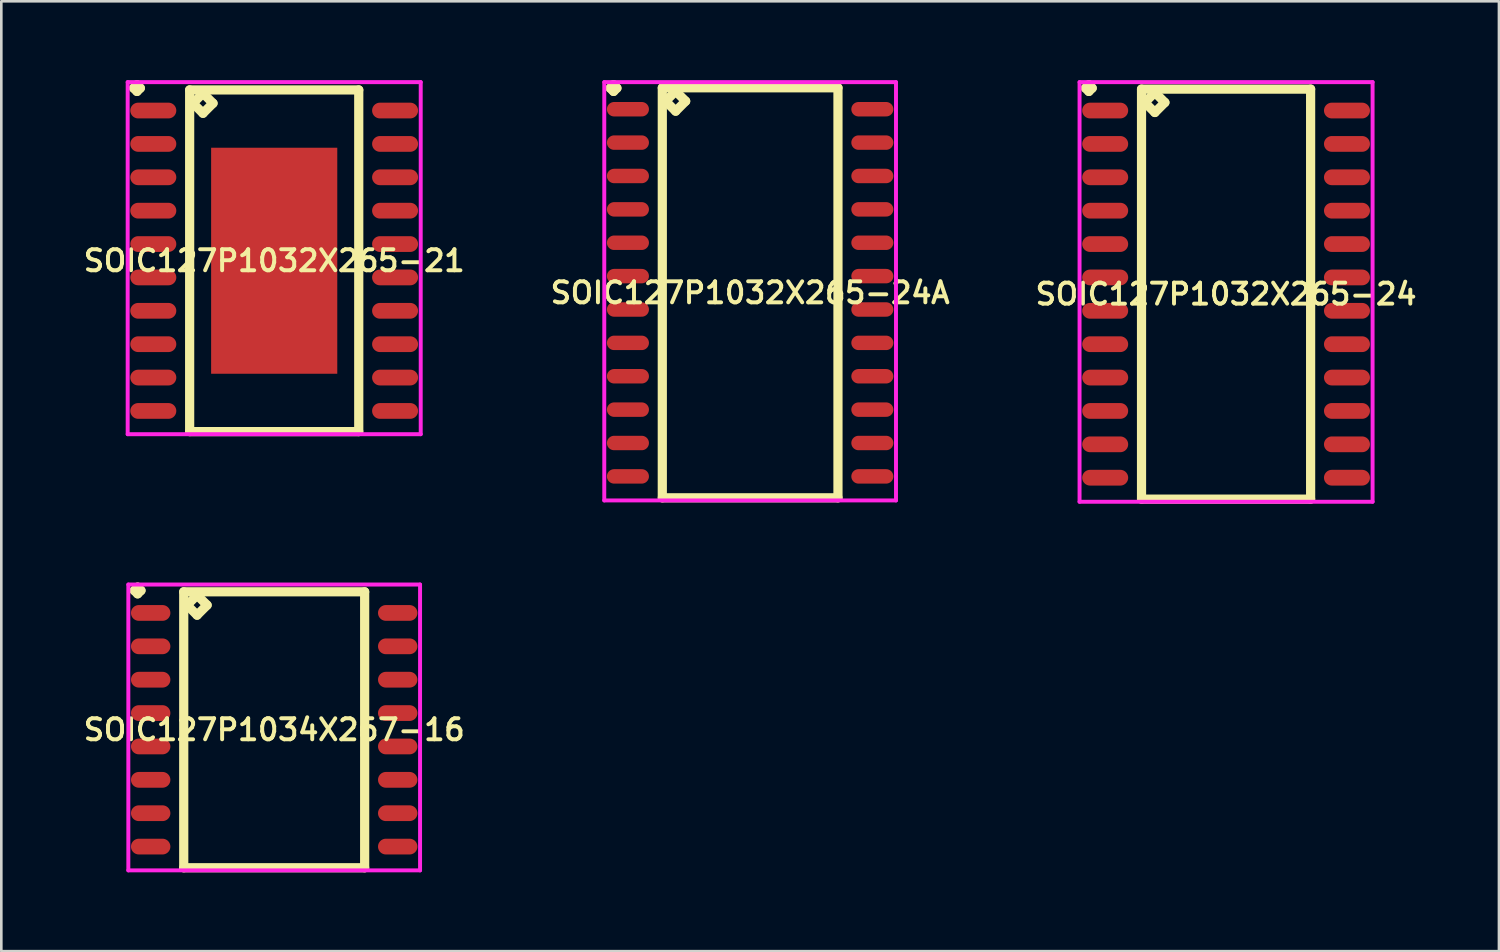
<source format=kicad_pcb>
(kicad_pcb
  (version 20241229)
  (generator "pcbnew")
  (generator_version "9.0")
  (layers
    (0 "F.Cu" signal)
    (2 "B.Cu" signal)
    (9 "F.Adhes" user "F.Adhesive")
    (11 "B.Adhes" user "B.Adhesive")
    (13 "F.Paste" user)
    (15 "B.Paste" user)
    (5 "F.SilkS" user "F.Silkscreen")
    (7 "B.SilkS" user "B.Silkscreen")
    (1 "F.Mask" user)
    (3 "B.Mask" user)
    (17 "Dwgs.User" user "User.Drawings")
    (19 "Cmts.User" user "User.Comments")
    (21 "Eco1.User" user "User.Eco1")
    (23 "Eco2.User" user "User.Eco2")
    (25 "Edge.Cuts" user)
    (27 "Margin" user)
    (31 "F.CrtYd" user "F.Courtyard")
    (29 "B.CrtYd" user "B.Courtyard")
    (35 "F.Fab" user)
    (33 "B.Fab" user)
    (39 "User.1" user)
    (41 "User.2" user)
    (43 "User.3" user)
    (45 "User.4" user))
  (footprint "SOIC127P1032X265-24"
    (layer "F.Cu")
    (at 43.601 8.141)
    (property "Reference" "SOIC127P1032X265-24" (at 0 0 0) (layer "F.SilkS") (effects (font (size 0.8 0.8) (thickness 0.15))))
    (attr smd)
    (fp_line (start -5.348 -7.839) (end -5.221 -7.966) (stroke (width 0.35) (type solid)) (layer "F.SilkS"))
    (fp_line (start -5.221 -7.966) (end -5.094 -7.839) (stroke (width 0.35) (type solid)) (layer "F.SilkS"))
    (fp_line (start -5.221 -7.712) (end -5.348 -7.839) (stroke (width 0.35) (type solid)) (layer "F.SilkS"))
    (fp_line (start -5.094 -7.839) (end -5.221 -7.712) (stroke (width 0.35) (type solid)) (layer "F.SilkS"))
    (fp_line (start -3.217 -7.8) (end -3.217 7.8) (stroke (width 0.35) (type solid)) (layer "F.SilkS"))
    (fp_line (start -3.217 7.8) (end 3.217 7.8) (stroke (width 0.35) (type solid)) (layer "F.SilkS"))
    (fp_line (start -3.09 -7.292) (end -2.709 -7.673) (stroke (width 0.35) (type solid)) (layer "F.SilkS"))
    (fp_line (start -2.709 -7.673) (end -2.328 -7.292) (stroke (width 0.35) (type solid)) (layer "F.SilkS"))
    (fp_line (start -2.709 -6.911) (end -3.09 -7.292) (stroke (width 0.35) (type solid)) (layer "F.SilkS"))
    (fp_line (start -2.328 -7.292) (end -2.709 -6.911) (stroke (width 0.35) (type solid)) (layer "F.SilkS"))
    (fp_line (start 3.217 -7.8) (end -3.217 -7.8) (stroke (width 0.35) (type solid)) (layer "F.SilkS"))
    (fp_line (start 3.217 7.8) (end 3.217 -7.8) (stroke (width 0.35) (type solid)) (layer "F.SilkS"))
    (fp_line (start -5.575 -8.066) (end 5.575 -8.066) (stroke (width 0.15) (type solid)) (layer "F.CrtYd"))
    (fp_line (start -5.575 7.9) (end -5.575 -8.066) (stroke (width 0.15) (type solid)) (layer "F.CrtYd"))
    (fp_line (start 5.575 -8.066) (end 5.575 7.9) (stroke (width 0.15) (type solid)) (layer "F.CrtYd"))
    (fp_line (start 5.575 7.9) (end -5.575 7.9) (stroke (width 0.15) (type solid)) (layer "F.CrtYd"))
    (pad "1" smd oval (at -4.6 -6.985) (size 1.75 0.6) (layers "F.Cu" "F.Mask" "F.Paste"))
    (pad "2" smd oval (at -4.6 -5.715) (size 1.75 0.6) (layers "F.Cu" "F.Mask" "F.Paste"))
    (pad "3" smd oval (at -4.6 -4.445) (size 1.75 0.6) (layers "F.Cu" "F.Mask" "F.Paste"))
    (pad "4" smd oval (at -4.6 -3.175) (size 1.75 0.6) (layers "F.Cu" "F.Mask" "F.Paste"))
    (pad "5" smd oval (at -4.6 -1.905) (size 1.75 0.6) (layers "F.Cu" "F.Mask" "F.Paste"))
    (pad "6" smd oval (at -4.6 -0.635) (size 1.75 0.6) (layers "F.Cu" "F.Mask" "F.Paste"))
    (pad "7" smd oval (at -4.6 0.635) (size 1.75 0.6) (layers "F.Cu" "F.Mask" "F.Paste"))
    (pad "8" smd oval (at -4.6 1.905) (size 1.75 0.6) (layers "F.Cu" "F.Mask" "F.Paste"))
    (pad "9" smd oval (at -4.6 3.175) (size 1.75 0.6) (layers "F.Cu" "F.Mask" "F.Paste"))
    (pad "10" smd oval (at -4.6 4.445) (size 1.75 0.6) (layers "F.Cu" "F.Mask" "F.Paste"))
    (pad "11" smd oval (at -4.6 5.715) (size 1.75 0.6) (layers "F.Cu" "F.Mask" "F.Paste"))
    (pad "12" smd oval (at -4.6 6.985) (size 1.75 0.6) (layers "F.Cu" "F.Mask" "F.Paste"))
    (pad "13" smd oval (at 4.6 6.985) (size 1.75 0.6) (layers "F.Cu" "F.Mask" "F.Paste"))
    (pad "14" smd oval (at 4.6 5.715) (size 1.75 0.6) (layers "F.Cu" "F.Mask" "F.Paste"))
    (pad "15" smd oval (at 4.6 4.445) (size 1.75 0.6) (layers "F.Cu" "F.Mask" "F.Paste"))
    (pad "16" smd oval (at 4.6 3.175) (size 1.75 0.6) (layers "F.Cu" "F.Mask" "F.Paste"))
    (pad "17" smd oval (at 4.6 1.905) (size 1.75 0.6) (layers "F.Cu" "F.Mask" "F.Paste"))
    (pad "18" smd oval (at 4.6 0.635) (size 1.75 0.6) (layers "F.Cu" "F.Mask" "F.Paste"))
    (pad "19" smd oval (at 4.6 -0.635) (size 1.75 0.6) (layers "F.Cu" "F.Mask" "F.Paste"))
    (pad "20" smd oval (at 4.6 -1.905) (size 1.75 0.6) (layers "F.Cu" "F.Mask" "F.Paste"))
    (pad "21" smd oval (at 4.6 -3.175) (size 1.75 0.6) (layers "F.Cu" "F.Mask" "F.Paste"))
    (pad "22" smd oval (at 4.6 -4.445) (size 1.75 0.6) (layers "F.Cu" "F.Mask" "F.Paste"))
    (pad "23" smd oval (at 4.6 -5.715) (size 1.75 0.6) (layers "F.Cu" "F.Mask" "F.Paste"))
    (pad "24" smd oval (at 4.6 -6.985) (size 1.75 0.6) (layers "F.Cu" "F.Mask" "F.Paste")))
  (footprint "SOIC127P1034X267-16"
    (layer "F.Cu")
    (at 7.383 24.717)
    (property "Reference" "SOIC127P1034X267-16" (at 0 0 0) (layer "F.SilkS") (effects (font (size 0.8 0.8) (thickness 0.15))))
    (attr smd)
    (fp_line (start -5.323 -5.299) (end -5.196 -5.426) (stroke (width 0.35) (type solid)) (layer "F.SilkS"))
    (fp_line (start -5.196 -5.426) (end -5.069 -5.299) (stroke (width 0.35) (type solid)) (layer "F.SilkS"))
    (fp_line (start -5.196 -5.172) (end -5.323 -5.299) (stroke (width 0.35) (type solid)) (layer "F.SilkS"))
    (fp_line (start -5.069 -5.299) (end -5.196 -5.172) (stroke (width 0.35) (type solid)) (layer "F.SilkS"))
    (fp_line (start -3.442 -5.25) (end -3.442 5.25) (stroke (width 0.35) (type solid)) (layer "F.SilkS"))
    (fp_line (start -3.442 5.25) (end 3.442 5.25) (stroke (width 0.35) (type solid)) (layer "F.SilkS"))
    (fp_line (start -3.315 -4.742) (end -2.934 -5.123) (stroke (width 0.35) (type solid)) (layer "F.SilkS"))
    (fp_line (start -2.934 -5.123) (end -2.553 -4.742) (stroke (width 0.35) (type solid)) (layer "F.SilkS"))
    (fp_line (start -2.934 -4.361) (end -3.315 -4.742) (stroke (width 0.35) (type solid)) (layer "F.SilkS"))
    (fp_line (start -2.553 -4.742) (end -2.934 -4.361) (stroke (width 0.35) (type solid)) (layer "F.SilkS"))
    (fp_line (start 3.442 -5.25) (end -3.442 -5.25) (stroke (width 0.35) (type solid)) (layer "F.SilkS"))
    (fp_line (start 3.442 5.25) (end 3.442 -5.25) (stroke (width 0.35) (type solid)) (layer "F.SilkS"))
    (fp_line (start -5.55 -5.526) (end 5.55 -5.526) (stroke (width 0.15) (type solid)) (layer "F.CrtYd"))
    (fp_line (start -5.55 5.35) (end -5.55 -5.526) (stroke (width 0.15) (type solid)) (layer "F.CrtYd"))
    (fp_line (start 5.55 -5.526) (end 5.55 5.35) (stroke (width 0.15) (type solid)) (layer "F.CrtYd"))
    (fp_line (start 5.55 5.35) (end -5.55 5.35) (stroke (width 0.15) (type solid)) (layer "F.CrtYd"))
    (pad "1" smd oval (at -4.7 -4.445) (size 1.5 0.6) (layers "F.Cu" "F.Mask" "F.Paste"))
    (pad "2" smd oval (at -4.7 -3.175) (size 1.5 0.6) (layers "F.Cu" "F.Mask" "F.Paste"))
    (pad "3" smd oval (at -4.7 -1.905) (size 1.5 0.6) (layers "F.Cu" "F.Mask" "F.Paste"))
    (pad "4" smd oval (at -4.7 -0.635) (size 1.5 0.6) (layers "F.Cu" "F.Mask" "F.Paste"))
    (pad "5" smd oval (at -4.7 0.635) (size 1.5 0.6) (layers "F.Cu" "F.Mask" "F.Paste"))
    (pad "6" smd oval (at -4.7 1.905) (size 1.5 0.6) (layers "F.Cu" "F.Mask" "F.Paste"))
    (pad "7" smd oval (at -4.7 3.175) (size 1.5 0.6) (layers "F.Cu" "F.Mask" "F.Paste"))
    (pad "8" smd oval (at -4.7 4.445) (size 1.5 0.6) (layers "F.Cu" "F.Mask" "F.Paste"))
    (pad "9" smd oval (at 4.7 4.445) (size 1.5 0.6) (layers "F.Cu" "F.Mask" "F.Paste"))
    (pad "10" smd oval (at 4.7 3.175) (size 1.5 0.6) (layers "F.Cu" "F.Mask" "F.Paste"))
    (pad "11" smd oval (at 4.7 1.905) (size 1.5 0.6) (layers "F.Cu" "F.Mask" "F.Paste"))
    (pad "12" smd oval (at 4.7 0.635) (size 1.5 0.6) (layers "F.Cu" "F.Mask" "F.Paste"))
    (pad "13" smd oval (at 4.7 -0.635) (size 1.5 0.6) (layers "F.Cu" "F.Mask" "F.Paste"))
    (pad "14" smd oval (at 4.7 -1.905) (size 1.5 0.6) (layers "F.Cu" "F.Mask" "F.Paste"))
    (pad "15" smd oval (at 4.7 -3.175) (size 1.5 0.6) (layers "F.Cu" "F.Mask" "F.Paste"))
    (pad "16" smd oval (at 4.7 -4.445) (size 1.5 0.6) (layers "F.Cu" "F.Mask" "F.Paste")))
  (footprint "SOIC127P1032X265-24A"
    (layer "F.Cu")
    (at 25.492 8.091)
    (property "Reference" "SOIC127P1032X265-24A" (at 0 0 0) (layer "F.SilkS") (effects (font (size 0.8 0.8) (thickness 0.15))))
    (attr smd)
    (fp_line (start -5.323 -7.789) (end -5.196 -7.916) (stroke (width 0.35) (type solid)) (layer "F.SilkS"))
    (fp_line (start -5.196 -7.916) (end -5.069 -7.789) (stroke (width 0.35) (type solid)) (layer "F.SilkS"))
    (fp_line (start -5.196 -7.662) (end -5.323 -7.789) (stroke (width 0.35) (type solid)) (layer "F.SilkS"))
    (fp_line (start -5.069 -7.789) (end -5.196 -7.662) (stroke (width 0.35) (type solid)) (layer "F.SilkS"))
    (fp_line (start -3.342 -7.8) (end -3.342 7.8) (stroke (width 0.35) (type solid)) (layer "F.SilkS"))
    (fp_line (start -3.342 7.8) (end 3.342 7.8) (stroke (width 0.35) (type solid)) (layer "F.SilkS"))
    (fp_line (start -3.215 -7.292) (end -2.834 -7.673) (stroke (width 0.35) (type solid)) (layer "F.SilkS"))
    (fp_line (start -2.834 -7.673) (end -2.453 -7.292) (stroke (width 0.35) (type solid)) (layer "F.SilkS"))
    (fp_line (start -2.834 -6.911) (end -3.215 -7.292) (stroke (width 0.35) (type solid)) (layer "F.SilkS"))
    (fp_line (start -2.453 -7.292) (end -2.834 -6.911) (stroke (width 0.35) (type solid)) (layer "F.SilkS"))
    (fp_line (start 3.342 -7.8) (end -3.342 -7.8) (stroke (width 0.35) (type solid)) (layer "F.SilkS"))
    (fp_line (start 3.342 7.8) (end 3.342 -7.8) (stroke (width 0.35) (type solid)) (layer "F.SilkS"))
    (fp_line (start -5.55 -8.016) (end 5.55 -8.016) (stroke (width 0.15) (type solid)) (layer "F.CrtYd"))
    (fp_line (start -5.55 7.9) (end -5.55 -8.016) (stroke (width 0.15) (type solid)) (layer "F.CrtYd"))
    (fp_line (start 5.55 -8.016) (end 5.55 7.9) (stroke (width 0.15) (type solid)) (layer "F.CrtYd"))
    (fp_line (start 5.55 7.9) (end -5.55 7.9) (stroke (width 0.15) (type solid)) (layer "F.CrtYd"))
    (pad "1" smd oval (at -4.65 -6.985) (size 1.6 0.55) (layers "F.Cu" "F.Mask" "F.Paste"))
    (pad "2" smd oval (at -4.65 -5.715) (size 1.6 0.55) (layers "F.Cu" "F.Mask" "F.Paste"))
    (pad "3" smd oval (at -4.65 -4.445) (size 1.6 0.55) (layers "F.Cu" "F.Mask" "F.Paste"))
    (pad "4" smd oval (at -4.65 -3.175) (size 1.6 0.55) (layers "F.Cu" "F.Mask" "F.Paste"))
    (pad "5" smd oval (at -4.65 -1.905) (size 1.6 0.55) (layers "F.Cu" "F.Mask" "F.Paste"))
    (pad "6" smd oval (at -4.65 -0.635) (size 1.6 0.55) (layers "F.Cu" "F.Mask" "F.Paste"))
    (pad "7" smd oval (at -4.65 0.635) (size 1.6 0.55) (layers "F.Cu" "F.Mask" "F.Paste"))
    (pad "8" smd oval (at -4.65 1.905) (size 1.6 0.55) (layers "F.Cu" "F.Mask" "F.Paste"))
    (pad "9" smd oval (at -4.65 3.175) (size 1.6 0.55) (layers "F.Cu" "F.Mask" "F.Paste"))
    (pad "10" smd oval (at -4.65 4.445) (size 1.6 0.55) (layers "F.Cu" "F.Mask" "F.Paste"))
    (pad "11" smd oval (at -4.65 5.715) (size 1.6 0.55) (layers "F.Cu" "F.Mask" "F.Paste"))
    (pad "12" smd oval (at -4.65 6.985) (size 1.6 0.55) (layers "F.Cu" "F.Mask" "F.Paste"))
    (pad "13" smd oval (at 4.65 6.985) (size 1.6 0.55) (layers "F.Cu" "F.Mask" "F.Paste"))
    (pad "14" smd oval (at 4.65 5.715) (size 1.6 0.55) (layers "F.Cu" "F.Mask" "F.Paste"))
    (pad "15" smd oval (at 4.65 4.445) (size 1.6 0.55) (layers "F.Cu" "F.Mask" "F.Paste"))
    (pad "16" smd oval (at 4.65 3.175) (size 1.6 0.55) (layers "F.Cu" "F.Mask" "F.Paste"))
    (pad "17" smd oval (at 4.65 1.905) (size 1.6 0.55) (layers "F.Cu" "F.Mask" "F.Paste"))
    (pad "18" smd oval (at 4.65 0.635) (size 1.6 0.55) (layers "F.Cu" "F.Mask" "F.Paste"))
    (pad "19" smd oval (at 4.65 -0.635) (size 1.6 0.55) (layers "F.Cu" "F.Mask" "F.Paste"))
    (pad "20" smd oval (at 4.65 -1.905) (size 1.6 0.55) (layers "F.Cu" "F.Mask" "F.Paste"))
    (pad "21" smd oval (at 4.65 -3.175) (size 1.6 0.55) (layers "F.Cu" "F.Mask" "F.Paste"))
    (pad "22" smd oval (at 4.65 -4.445) (size 1.6 0.55) (layers "F.Cu" "F.Mask" "F.Paste"))
    (pad "23" smd oval (at 4.65 -5.715) (size 1.6 0.55) (layers "F.Cu" "F.Mask" "F.Paste"))
    (pad "24" smd oval (at 4.65 -6.985) (size 1.6 0.55) (layers "F.Cu" "F.Mask" "F.Paste")))
  (footprint "SOIC127P1032X265-21"
    (layer "F.Cu")
    (at 7.383 6.871)
    (property "Reference" "SOIC127P1032X265-21" (at 0 0 0) (layer "F.SilkS") (effects (font (size 0.8 0.8) (thickness 0.15))))
    (attr smd)
    (fp_line (start -5.348 -6.569) (end -5.221 -6.696) (stroke (width 0.35) (type solid)) (layer "F.SilkS"))
    (fp_line (start -5.221 -6.696) (end -5.094 -6.569) (stroke (width 0.35) (type solid)) (layer "F.SilkS"))
    (fp_line (start -5.221 -6.442) (end -5.348 -6.569) (stroke (width 0.35) (type solid)) (layer "F.SilkS"))
    (fp_line (start -5.094 -6.569) (end -5.221 -6.442) (stroke (width 0.35) (type solid)) (layer "F.SilkS"))
    (fp_line (start -3.217 -6.5) (end -3.217 6.5) (stroke (width 0.35) (type solid)) (layer "F.SilkS"))
    (fp_line (start -3.217 6.5) (end 3.217 6.5) (stroke (width 0.35) (type solid)) (layer "F.SilkS"))
    (fp_line (start -3.09 -5.992) (end -2.709 -6.373) (stroke (width 0.35) (type solid)) (layer "F.SilkS"))
    (fp_line (start -2.709 -6.373) (end -2.328 -5.992) (stroke (width 0.35) (type solid)) (layer "F.SilkS"))
    (fp_line (start -2.709 -5.611) (end -3.09 -5.992) (stroke (width 0.35) (type solid)) (layer "F.SilkS"))
    (fp_line (start -2.328 -5.992) (end -2.709 -5.611) (stroke (width 0.35) (type solid)) (layer "F.SilkS"))
    (fp_line (start 3.217 -6.5) (end -3.217 -6.5) (stroke (width 0.35) (type solid)) (layer "F.SilkS"))
    (fp_line (start 3.217 6.5) (end 3.217 -6.5) (stroke (width 0.35) (type solid)) (layer "F.SilkS"))
    (fp_line (start -5.575 -6.796) (end 5.575 -6.796) (stroke (width 0.15) (type solid)) (layer "F.CrtYd"))
    (fp_line (start -5.575 6.6) (end -5.575 -6.796) (stroke (width 0.15) (type solid)) (layer "F.CrtYd"))
    (fp_line (start 5.575 -6.796) (end 5.575 6.6) (stroke (width 0.15) (type solid)) (layer "F.CrtYd"))
    (fp_line (start 5.575 6.6) (end -5.575 6.6) (stroke (width 0.15) (type solid)) (layer "F.CrtYd"))
    (pad "1" smd oval (at -4.6 -5.715) (size 1.75 0.6) (layers "F.Cu" "F.Mask" "F.Paste"))
    (pad "2" smd oval (at -4.6 -4.445) (size 1.75 0.6) (layers "F.Cu" "F.Mask" "F.Paste"))
    (pad "3" smd oval (at -4.6 -3.175) (size 1.75 0.6) (layers "F.Cu" "F.Mask" "F.Paste"))
    (pad "4" smd oval (at -4.6 -1.905) (size 1.75 0.6) (layers "F.Cu" "F.Mask" "F.Paste"))
    (pad "5" smd oval (at -4.6 -0.635) (size 1.75 0.6) (layers "F.Cu" "F.Mask" "F.Paste"))
    (pad "6" smd oval (at -4.6 0.635) (size 1.75 0.6) (layers "F.Cu" "F.Mask" "F.Paste"))
    (pad "7" smd oval (at -4.6 1.905) (size 1.75 0.6) (layers "F.Cu" "F.Mask" "F.Paste"))
    (pad "8" smd oval (at -4.6 3.175) (size 1.75 0.6) (layers "F.Cu" "F.Mask" "F.Paste"))
    (pad "9" smd oval (at -4.6 4.445) (size 1.75 0.6) (layers "F.Cu" "F.Mask" "F.Paste"))
    (pad "10" smd oval (at -4.6 5.715) (size 1.75 0.6) (layers "F.Cu" "F.Mask" "F.Paste"))
    (pad "11" smd oval (at 4.6 5.715) (size 1.75 0.6) (layers "F.Cu" "F.Mask" "F.Paste"))
    (pad "12" smd oval (at 4.6 4.445) (size 1.75 0.6) (layers "F.Cu" "F.Mask" "F.Paste"))
    (pad "13" smd oval (at 4.6 3.175) (size 1.75 0.6) (layers "F.Cu" "F.Mask" "F.Paste"))
    (pad "14" smd oval (at 4.6 1.905) (size 1.75 0.6) (layers "F.Cu" "F.Mask" "F.Paste"))
    (pad "15" smd oval (at 4.6 0.635) (size 1.75 0.6) (layers "F.Cu" "F.Mask" "F.Paste"))
    (pad "16" smd oval (at 4.6 -0.635) (size 1.75 0.6) (layers "F.Cu" "F.Mask" "F.Paste"))
    (pad "17" smd oval (at 4.6 -1.905) (size 1.75 0.6) (layers "F.Cu" "F.Mask" "F.Paste"))
    (pad "18" smd oval (at 4.6 -3.175) (size 1.75 0.6) (layers "F.Cu" "F.Mask" "F.Paste"))
    (pad "19" smd oval (at 4.6 -4.445) (size 1.75 0.6) (layers "F.Cu" "F.Mask" "F.Paste"))
    (pad "20" smd oval (at 4.6 -5.715) (size 1.75 0.6) (layers "F.Cu" "F.Mask" "F.Paste"))
    (pad "21" smd rect (at 0 0) (size 4.8 8.6) (layers "F.Cu" "F.Mask" "F.Paste")))
  (gr_rect
    (start -3 -3)
    (end 53.984 33.142)
    (stroke (width 0.1) (type default))
    (fill no)
    (layer "Edge.Cuts")))
</source>
